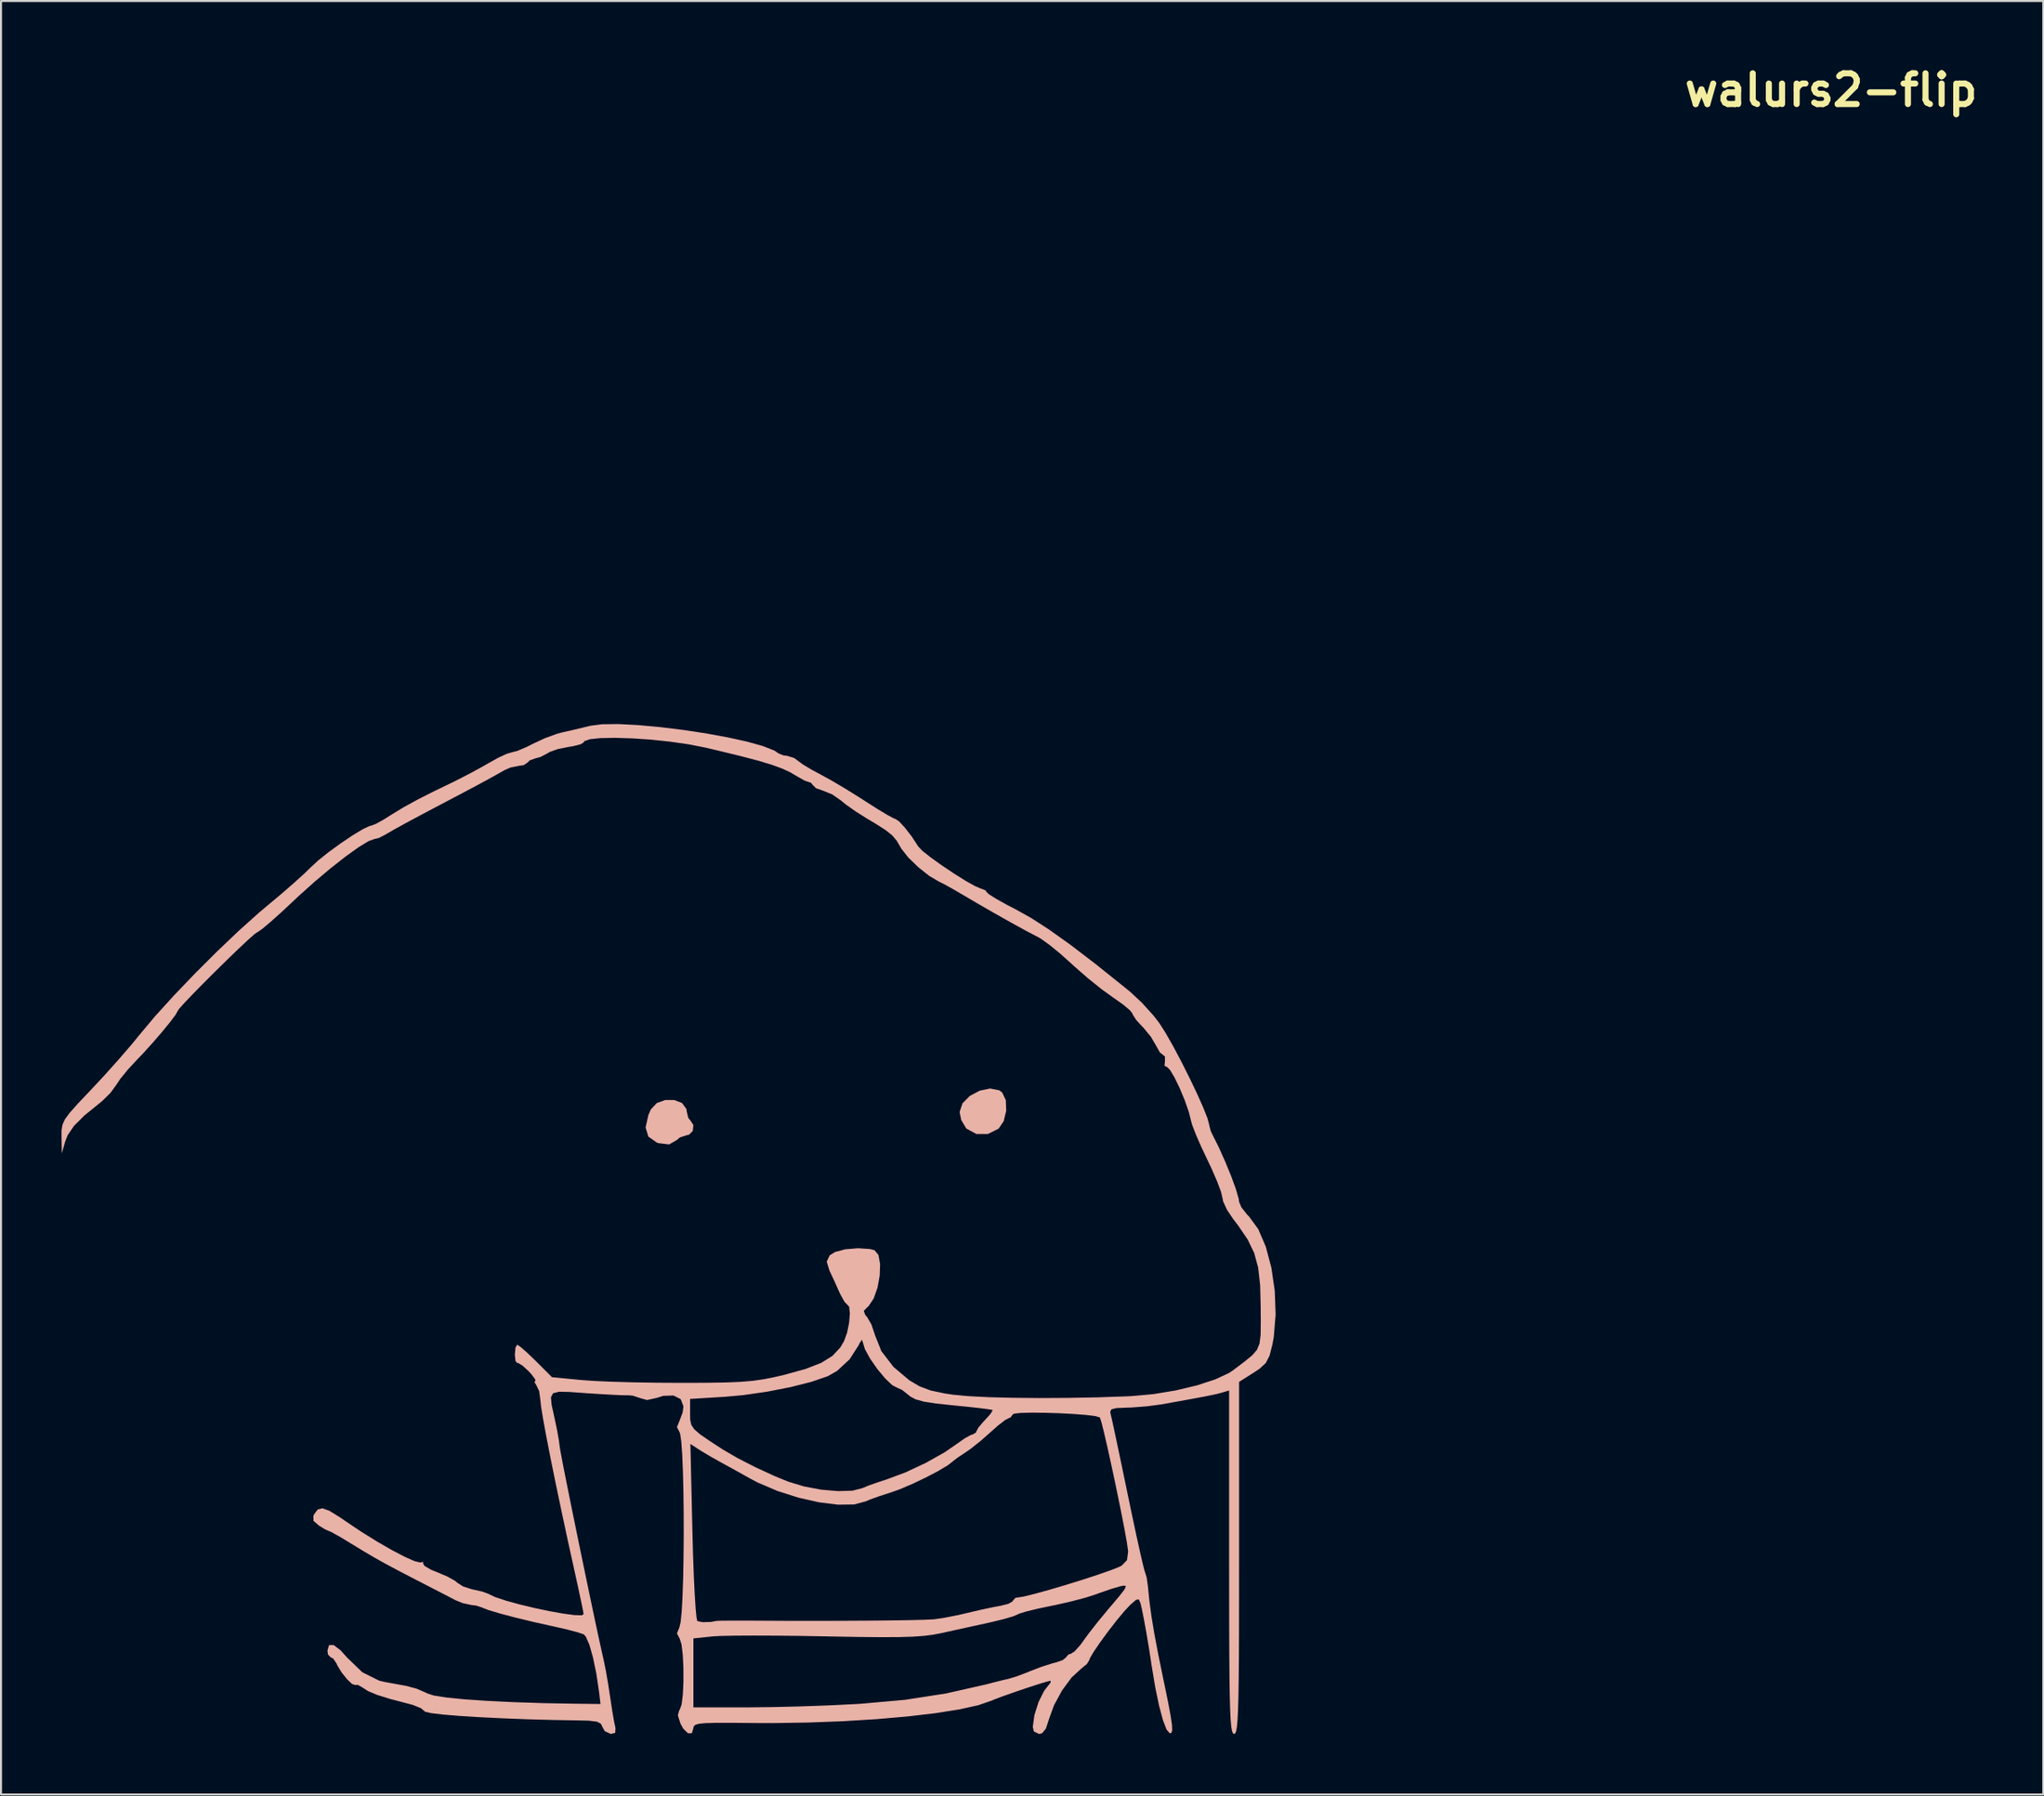
<source format=kicad_pcb>
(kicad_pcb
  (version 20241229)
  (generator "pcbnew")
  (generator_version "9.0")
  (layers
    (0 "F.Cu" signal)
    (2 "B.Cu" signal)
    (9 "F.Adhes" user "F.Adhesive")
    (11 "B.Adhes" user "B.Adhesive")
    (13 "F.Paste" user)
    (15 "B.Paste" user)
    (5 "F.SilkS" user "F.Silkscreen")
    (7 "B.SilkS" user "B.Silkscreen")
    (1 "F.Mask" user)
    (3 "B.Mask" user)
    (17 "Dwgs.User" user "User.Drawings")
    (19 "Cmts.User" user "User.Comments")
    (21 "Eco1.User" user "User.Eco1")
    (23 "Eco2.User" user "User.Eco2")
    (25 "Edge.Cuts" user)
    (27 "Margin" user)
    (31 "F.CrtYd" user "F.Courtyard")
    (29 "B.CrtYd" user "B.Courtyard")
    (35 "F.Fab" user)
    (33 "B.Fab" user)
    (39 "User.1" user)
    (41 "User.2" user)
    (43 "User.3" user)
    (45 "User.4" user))
  (footprint "walurs2-flip"
    (layer "F.Cu")
    (at 35.116 49.918)
    (property "Reference" "walurs2-flip" (at 52.6 -48.5 0) (layer "F.SilkS") (effects (font (size 1.524 1.524) (thickness 0.3))))
    (attr board_only exclude_from_pos_files exclude_from_bom)
    (fp_poly (pts (xy 11.366 1.08) (xy 11.512 1.188) (xy 11.691 1.567) (xy 11.712 2.087) (xy 11.589 2.605) (xy 11.339 2.978) (xy 10.803 3.246) (xy 10.234 3.247) (xy 9.743 2.981) (xy 9.731 2.969) (xy 9.483 2.556) (xy 9.401 2.158) (xy 9.544 1.726) (xy 9.908 1.358) (xy 10.397 1.099) (xy 10.915 0.991)) (stroke (width 0) (type solid)) (fill yes) (layer "B.SilkS"))
    (fp_poly (pts (xy -4.738 1.563) (xy -4.355 1.714) (xy -4.14 2.008) (xy -4.123 2.14) (xy -4.046 2.454) (xy -3.958 2.556) (xy -3.796 2.8) (xy -3.825 3.094) (xy -4.016 3.285) (xy -4.103 3.299) (xy -4.468 3.418) (xy -4.618 3.546) (xy -4.999 3.764) (xy -5.534 3.698) (xy -5.608 3.671) (xy -6.026 3.377) (xy -6.165 2.923) (xy -6.024 2.3) (xy -5.904 2.028) (xy -5.611 1.714) (xy -5.189 1.561)) (stroke (width 0) (type solid)) (fill yes) (layer "B.SilkS"))
    (fp_poly (pts (xy -6.548 -17.025) (xy -5.46 -16.926) (xy -4.316 -16.786) (xy -3.174 -16.613) (xy -2.092 -16.415) (xy -1.128 -16.202) (xy -0.338 -15.981) (xy 0.22 -15.761) (xy 0.44 -15.613) (xy 0.683 -15.518) (xy 0.84 -15.504) (xy 1.2 -15.393) (xy 1.362 -15.273) (xy 1.63 -15.075) (xy 2.084 -14.803) (xy 2.487 -14.587) (xy 3.041 -14.283) (xy 3.744 -13.868) (xy 4.475 -13.413) (xy 4.726 -13.251) (xy 5.316 -12.874) (xy 5.808 -12.577) (xy 6.134 -12.401) (xy 6.221 -12.37) (xy 6.407 -12.245) (xy 6.7 -11.926) (xy 7.031 -11.497) (xy 7.329 -11.043) (xy 7.353 -11.003) (xy 7.562 -10.786) (xy 7.975 -10.46) (xy 8.515 -10.073) (xy 9.108 -9.675) (xy 9.681 -9.316) (xy 10.159 -9.046) (xy 10.466 -8.912) (xy 10.507 -8.906) (xy 10.704 -8.82) (xy 10.721 -8.765) (xy 10.859 -8.636) (xy 11.23 -8.402) (xy 11.771 -8.102) (xy 12.162 -7.9) (xy 12.947 -7.463) (xy 13.853 -6.877) (xy 14.909 -6.123) (xy 16.142 -5.18) (xy 17.577 -4.03) (xy 17.877 -3.785) (xy 18.443 -3.256) (xy 19.014 -2.624) (xy 19.294 -2.263) (xy 19.604 -1.778) (xy 19.978 -1.122) (xy 20.383 -0.36) (xy 20.788 0.444) (xy 21.161 1.224) (xy 21.47 1.916) (xy 21.684 2.455) (xy 21.771 2.776) (xy 21.771 2.79) (xy 21.844 3.081) (xy 21.926 3.26) (xy 22.247 3.901) (xy 22.571 4.623) (xy 22.865 5.342) (xy 23.097 5.978) (xy 23.233 6.447) (xy 23.256 6.608) (xy 23.368 6.878) (xy 23.647 7.234) (xy 23.748 7.337) (xy 24.204 7.959) (xy 24.578 8.829) (xy 24.856 9.874) (xy 25.023 11.02) (xy 25.067 12.192) (xy 24.974 13.316) (xy 24.908 13.677) (xy 24.765 14.239) (xy 24.578 14.6) (xy 24.264 14.887) (xy 23.982 15.075) (xy 23.256 15.534) (xy 23.256 24.261) (xy 23.255 26.199) (xy 23.252 27.832) (xy 23.246 29.187) (xy 23.236 30.287) (xy 23.222 31.157) (xy 23.202 31.825) (xy 23.177 32.313) (xy 23.146 32.649) (xy 23.107 32.856) (xy 23.06 32.96) (xy 23.008 32.987) (xy 22.953 32.956) (xy 22.906 32.844) (xy 22.867 32.627) (xy 22.836 32.279) (xy 22.812 31.775) (xy 22.793 31.089) (xy 22.779 30.195) (xy 22.77 29.068) (xy 22.764 27.682) (xy 22.762 26.012) (xy 22.761 24.474) (xy 22.761 15.96) (xy 22.39 16.07) (xy 22.18 16.126) (xy 21.888 16.191) (xy 21.459 16.276) (xy 20.841 16.391) (xy 19.98 16.546) (xy 19.38 16.653) (xy 18.688 16.745) (xy 17.931 16.803) (xy 17.678 16.811) (xy 17.17 16.833) (xy 16.923 16.897) (xy 16.867 17.029) (xy 16.885 17.112) (xy 16.941 17.352) (xy 17.053 17.864) (xy 17.21 18.6) (xy 17.401 19.51) (xy 17.616 20.542) (xy 17.733 21.106) (xy 17.956 22.173) (xy 18.161 23.133) (xy 18.339 23.939) (xy 18.478 24.542) (xy 18.568 24.895) (xy 18.592 24.965) (xy 18.673 25.228) (xy 18.732 25.631) (xy 18.808 26.387) (xy 18.911 27.156) (xy 19.054 28.015) (xy 19.248 29.038) (xy 19.506 30.3) (xy 19.527 30.397) (xy 19.729 31.38) (xy 19.862 32.084) (xy 19.931 32.55) (xy 19.939 32.822) (xy 19.893 32.94) (xy 19.816 32.952) (xy 19.659 32.768) (xy 19.479 32.298) (xy 19.289 31.584) (xy 19.099 30.671) (xy 18.92 29.599) (xy 18.897 29.441) (xy 18.787 28.727) (xy 18.66 27.974) (xy 18.534 27.281) (xy 18.425 26.743) (xy 18.366 26.499) (xy 18.284 26.316) (xy 18.147 26.339) (xy 17.866 26.582) (xy 17.563 26.905) (xy 17.176 27.372) (xy 16.76 27.909) (xy 16.367 28.446) (xy 16.05 28.91) (xy 15.862 29.231) (xy 15.834 29.318) (xy 15.709 29.521) (xy 15.431 29.749) (xy 14.954 30.188) (xy 14.478 30.833) (xy 14.079 31.569) (xy 13.843 32.221) (xy 13.679 32.721) (xy 13.489 32.952) (xy 13.34 32.987) (xy 13.081 32.863) (xy 13.03 32.635) (xy 13.11 32.049) (xy 13.315 31.404) (xy 13.587 30.858) (xy 13.721 30.682) (xy 13.908 30.444) (xy 13.915 30.348) (xy 13.701 30.399) (xy 13.267 30.532) (xy 12.702 30.717) (xy 12.094 30.924) (xy 11.533 31.122) (xy 11.11 31.282) (xy 10.968 31.342) (xy 10.321 31.564) (xy 9.387 31.77) (xy 8.209 31.956) (xy 6.828 32.119) (xy 5.289 32.253) (xy 3.633 32.355) (xy 1.903 32.421) (xy 0.142 32.448) (xy -0.853 32.444) (xy -1.906 32.434) (xy -2.674 32.435) (xy -3.201 32.45) (xy -3.532 32.484) (xy -3.711 32.541) (xy -3.783 32.623) (xy -3.794 32.698) (xy -3.872 32.951) (xy -4.063 32.952) (xy -4.297 32.725) (xy -4.433 32.479) (xy -4.565 32.062) (xy -4.495 31.811) (xy -4.473 31.786) (xy -4.43 31.668) (xy -3.794 31.668) (xy -1.056 31.668) (xy 0.142 31.655) (xy 1.518 31.621) (xy 2.922 31.571) (xy 4.205 31.508) (xy 4.511 31.49) (xy 6.701 31.294) (xy 8.723 30.981) (xy 10.729 30.528) (xy 11.133 30.421) (xy 11.582 30.31) (xy 11.823 30.256) (xy 12.194 30.145) (xy 12.701 29.956) (xy 12.902 29.873) (xy 13.468 29.655) (xy 14.011 29.483) (xy 14.15 29.449) (xy 14.511 29.328) (xy 14.678 29.192) (xy 14.679 29.18) (xy 14.81 29.038) (xy 14.885 29.027) (xy 15.095 28.9) (xy 15.383 28.581) (xy 15.504 28.413) (xy 15.807 27.998) (xy 16.246 27.438) (xy 16.74 26.838) (xy 16.878 26.676) (xy 17.325 26.147) (xy 17.574 25.825) (xy 17.646 25.666) (xy 17.562 25.629) (xy 17.373 25.665) (xy 16.927 25.795) (xy 16.366 25.988) (xy 16.164 26.063) (xy 15.653 26.228) (xy 14.945 26.415) (xy 14.171 26.591) (xy 13.937 26.638) (xy 13.263 26.78) (xy 12.707 26.916) (xy 12.355 27.025) (xy 12.282 27.061) (xy 12.047 27.159) (xy 11.582 27.295) (xy 10.981 27.441) (xy 10.881 27.464) (xy 10.06 27.644) (xy 9.162 27.841) (xy 8.494 27.989) (xy 8.086 28.067) (xy 7.63 28.125) (xy 7.08 28.164) (xy 6.391 28.185) (xy 5.518 28.189) (xy 4.415 28.179) (xy 3.037 28.155) (xy 2.721 28.148) (xy 1.465 28.126) (xy 0.268 28.113) (xy -0.815 28.109) (xy -1.731 28.114) (xy -2.425 28.128) (xy -2.843 28.15) (xy -2.845 28.151) (xy -3.794 28.25) (xy -3.794 31.668) (xy -4.43 31.668) (xy -4.379 31.528) (xy -4.318 31.033) (xy -4.288 30.395) (xy -4.29 29.705) (xy -4.322 29.055) (xy -4.385 28.539) (xy -4.478 28.248) (xy -4.49 28.233) (xy -4.61 28.003) (xy -4.49 27.707) (xy -4.427 27.444) (xy -4.374 26.91) (xy -4.333 26.156) (xy -4.302 25.236) (xy -4.283 24.2) (xy -4.274 23.101) (xy -4.277 21.991) (xy -4.29 20.922) (xy -4.315 19.946) (xy -4.35 19.115) (xy -4.387 18.61) (xy -3.943 18.61) (xy -3.843 22.953) (xy -3.812 24.118) (xy -3.773 25.171) (xy -3.729 26.07) (xy -3.684 26.769) (xy -3.639 27.225) (xy -3.598 27.392) (xy -3.336 27.446) (xy -2.936 27.436) (xy -2.639 27.382) (xy -2.451 27.374) (xy -2.002 27.369) (xy -1.361 27.368) (xy -0.66 27.371) (xy 0.734 27.379) (xy 2.133 27.381) (xy 3.493 27.378) (xy 4.766 27.371) (xy 5.907 27.36) (xy 6.87 27.346) (xy 7.607 27.328) (xy 8.074 27.307) (xy 8.147 27.301) (xy 8.669 27.224) (xy 9.334 27.093) (xy 9.797 26.985) (xy 10.453 26.831) (xy 11.083 26.698) (xy 11.422 26.636) (xy 11.819 26.537) (xy 12.03 26.413) (xy 12.04 26.382) (xy 12.173 26.239) (xy 12.269 26.225) (xy 12.581 26.175) (xy 13.131 26.039) (xy 13.846 25.842) (xy 14.652 25.604) (xy 15.476 25.348) (xy 16.243 25.098) (xy 16.881 24.875) (xy 17.316 24.703) (xy 17.435 24.642) (xy 17.7 24.369) (xy 17.754 23.954) (xy 17.748 23.875) (xy 17.694 23.499) (xy 17.587 22.901) (xy 17.44 22.14) (xy 17.266 21.277) (xy 17.077 20.371) (xy 16.886 19.483) (xy 16.706 18.672) (xy 16.549 17.999) (xy 16.429 17.522) (xy 16.357 17.303) (xy 16.353 17.297) (xy 16.14 17.233) (xy 15.688 17.175) (xy 15.071 17.126) (xy 14.364 17.089) (xy 13.64 17.066) (xy 12.973 17.059) (xy 12.439 17.073) (xy 12.109 17.108) (xy 12.04 17.145) (xy 11.914 17.311) (xy 11.866 17.318) (xy 11.661 17.424) (xy 11.306 17.698) (xy 10.944 18.019) (xy 10.444 18.46) (xy 9.948 18.854) (xy 9.675 19.044) (xy 9.312 19.282) (xy 9.088 19.452) (xy 9.071 19.47) (xy 8.813 19.672) (xy 8.335 19.956) (xy 7.723 20.276) (xy 7.063 20.591) (xy 6.44 20.856) (xy 6.02 21.006) (xy 5.448 21.191) (xy 4.973 21.361) (xy 4.744 21.458) (xy 4.171 21.61) (xy 3.377 21.621) (xy 2.433 21.504) (xy 1.407 21.272) (xy 0.371 20.941) (xy -0.605 20.524) (xy -0.99 20.321) (xy -1.6 19.98) (xy -2.238 19.628) (xy -2.426 19.526) (xy -2.944 19.235) (xy -3.41 18.957) (xy -3.531 18.88) (xy -3.943 18.61) (xy -4.387 18.61) (xy -4.396 18.48) (xy -4.454 18.094) (xy -4.49 18.007) (xy -4.61 17.777) (xy -4.49 17.481) (xy -4.343 17.094) (xy -3.958 17.094) (xy -3.952 17.414) (xy -3.9 17.658) (xy -3.757 17.878) (xy -3.477 18.123) (xy -3.012 18.446) (xy -2.327 18.891) (xy -1.61 19.309) (xy -0.714 19.768) (xy 0.231 20.203) (xy 0.907 20.48) (xy 1.693 20.719) (xy 2.549 20.878) (xy 3.379 20.95) (xy 4.089 20.927) (xy 4.579 20.802) (xy 4.892 20.673) (xy 5.391 20.497) (xy 5.773 20.373) (xy 6.733 20.015) (xy 7.742 19.541) (xy 8.668 19.019) (xy 9.26 18.612) (xy 9.658 18.33) (xy 9.965 18.163) (xy 10.044 18.143) (xy 10.218 18.043) (xy 10.226 18) (xy 10.333 17.801) (xy 10.596 17.489) (xy 10.663 17.421) (xy 10.929 17.127) (xy 11.039 16.946) (xy 11.034 16.929) (xy 10.854 16.893) (xy 10.412 16.836) (xy 9.779 16.766) (xy 9.098 16.699) (xy 8.232 16.607) (xy 7.63 16.513) (xy 7.227 16.402) (xy 6.957 16.259) (xy 6.86 16.178) (xy 6.55 15.933) (xy 6.33 15.834) (xy 6.067 15.702) (xy 5.71 15.362) (xy 5.323 14.896) (xy 4.968 14.385) (xy 4.707 13.912) (xy 4.605 13.572) (xy 4.56 13.444) (xy 4.442 13.618) (xy 4.394 13.723) (xy 3.951 14.412) (xy 3.333 14.987) (xy 2.868 15.253) (xy 2.056 15.531) (xy 1.018 15.794) (xy -0.141 16.02) (xy -1.318 16.19) (xy -2.219 16.272) (xy -3.958 16.379) (xy -3.958 17.094) (xy -4.343 17.094) (xy -4.328 17.054) (xy -4.288 16.746) (xy -4.423 16.391) (xy -4.78 16.21) (xy -5.286 16.225) (xy -5.596 16.324) (xy -6.092 16.434) (xy -6.391 16.351) (xy -6.801 16.217) (xy -7.025 16.199) (xy -7.314 16.196) (xy -7.849 16.171) (xy -8.544 16.131) (xy -9.113 16.093) (xy -9.925 16.034) (xy -10.454 16.022) (xy -10.749 16.098) (xy -10.856 16.3) (xy -10.823 16.669) (xy -10.696 17.245) (xy -10.661 17.401) (xy -10.54 17.987) (xy -10.454 18.481) (xy -10.426 18.72) (xy -10.39 18.946) (xy -10.296 19.447) (xy -10.153 20.175) (xy -9.971 21.083) (xy -9.76 22.123) (xy -9.53 23.246) (xy -9.29 24.407) (xy -9.051 25.556) (xy -8.823 26.646) (xy -8.614 27.63) (xy -8.435 28.459) (xy -8.296 29.087) (xy -8.247 29.301) (xy -8.14 29.821) (xy -8.019 30.514) (xy -7.915 31.198) (xy -7.819 31.832) (xy -7.728 32.364) (xy -7.659 32.685) (xy -7.655 32.698) (xy -7.671 32.933) (xy -7.887 32.987) (xy -8.191 32.846) (xy -8.295 32.657) (xy -8.381 32.48) (xy -8.577 32.378) (xy -8.957 32.33) (xy -9.51 32.315) (xy -10.804 32.293) (xy -12.084 32.257) (xy -13.307 32.209) (xy -14.431 32.153) (xy -15.413 32.091) (xy -16.21 32.025) (xy -16.78 31.957) (xy -17.08 31.891) (xy -17.115 31.865) (xy -17.302 31.71) (xy -17.694 31.551) (xy -17.867 31.503) (xy -18.814 31.255) (xy -19.485 31.046) (xy -19.931 30.857) (xy -20.164 30.705) (xy -20.427 30.552) (xy -20.554 30.56) (xy -20.708 30.514) (xy -20.959 30.278) (xy -21.23 29.941) (xy -21.444 29.59) (xy -21.491 29.482) (xy -21.658 29.239) (xy -21.766 29.194) (xy -21.904 29.055) (xy -21.936 28.864) (xy -21.855 28.584) (xy -21.629 28.579) (xy -21.282 28.841) (xy -20.967 29.193) (xy -20.207 29.928) (xy -19.367 30.346) (xy -19.113 30.406) (xy -18.689 30.484) (xy -18.153 30.581) (xy -18.06 30.597) (xy -17.517 30.742) (xy -17.044 30.945) (xy -16.988 30.978) (xy -16.663 31.082) (xy -16.042 31.179) (xy -15.158 31.268) (xy -14.045 31.345) (xy -12.738 31.409) (xy -11.27 31.458) (xy -9.674 31.488) (xy -9.519 31.49) (xy -8.399 31.503) (xy -8.475 30.874) (xy -8.607 29.986) (xy -8.772 29.195) (xy -8.951 28.565) (xy -9.129 28.159) (xy -9.231 28.049) (xy -9.505 27.955) (xy -10.006 27.822) (xy -10.638 27.675) (xy -10.803 27.639) (xy -11.746 27.429) (xy -12.625 27.216) (xy -13.378 27.017) (xy -13.942 26.849) (xy -14.252 26.729) (xy -14.267 26.72) (xy -14.555 26.625) (xy -14.8 26.594) (xy -15.23 26.502) (xy -15.582 26.359) (xy -15.902 26.192) (xy -16.431 25.919) (xy -17.084 25.582) (xy -17.523 25.356) (xy -18.375 24.914) (xy -19.034 24.563) (xy -19.602 24.246) (xy -20.181 23.904) (xy -20.874 23.482) (xy -20.906 23.462) (xy -21.375 23.181) (xy -21.724 22.987) (xy -21.863 22.926) (xy -22.048 22.845) (xy -22.351 22.662) (xy -22.624 22.425) (xy -22.634 22.185) (xy -22.587 22.084) (xy -22.414 21.859) (xy -22.185 21.801) (xy -21.841 21.924) (xy -21.325 22.241) (xy -21.051 22.43) (xy -20.278 22.949) (xy -19.494 23.437) (xy -18.754 23.865) (xy -18.11 24.202) (xy -17.618 24.42) (xy -17.331 24.489) (xy -17.297 24.48) (xy -17.177 24.455) (xy -17.202 24.52) (xy -17.119 24.66) (xy -16.799 24.846) (xy -16.494 24.971) (xy -15.993 25.182) (xy -15.611 25.395) (xy -15.497 25.491) (xy -15.214 25.673) (xy -14.772 25.816) (xy -14.704 25.829) (xy -14.262 25.93) (xy -13.962 26.037) (xy -13.937 26.052) (xy -13.613 26.205) (xy -13.084 26.38) (xy -12.415 26.564) (xy -11.676 26.742) (xy -10.931 26.899) (xy -10.248 27.021) (xy -9.695 27.095) (xy -9.337 27.105) (xy -9.236 27.056) (xy -9.27 26.856) (xy -9.363 26.402) (xy -9.499 25.764) (xy -9.655 25.054) (xy -10.005 23.466) (xy -10.33 21.951) (xy -10.625 20.546) (xy -10.881 19.286) (xy -11.092 18.207) (xy -11.25 17.344) (xy -11.349 16.734) (xy -11.381 16.421) (xy -11.44 15.991) (xy -11.578 15.702) (xy -11.678 15.536) (xy -11.63 15.504) (xy -11.639 15.401) (xy -11.835 15.143) (xy -11.952 15.015) (xy -12.268 14.726) (xy -12.493 14.593) (xy -12.533 14.595) (xy -12.611 14.504) (xy -12.645 14.189) (xy -12.645 14.177) (xy -12.612 13.833) (xy -12.531 13.69) (xy -12.366 13.798) (xy -12.041 14.082) (xy -11.624 14.482) (xy -11.61 14.496) (xy -10.803 15.303) (xy -9.319 15.445) (xy -8.684 15.489) (xy -7.799 15.527) (xy -6.744 15.557) (xy -5.599 15.576) (xy -4.444 15.583) (xy -4.371 15.583) (xy -3.163 15.579) (xy -2.219 15.564) (xy -1.473 15.533) (xy -0.86 15.482) (xy -0.314 15.405) (xy 0.23 15.297) (xy 0.722 15.182) (xy 1.77 14.892) (xy 2.545 14.59) (xy 3.099 14.245) (xy 3.489 13.826) (xy 3.67 13.521) (xy 3.824 13.097) (xy 3.925 12.603) (xy 3.962 12.14) (xy 3.926 11.81) (xy 3.835 11.708) (xy 3.701 11.57) (xy 3.504 11.222) (xy 3.404 11.008) (xy 3.185 10.517) (xy 2.998 10.118) (xy 2.951 10.022) (xy 2.814 9.573) (xy 2.963 9.259) (xy 3.224 9.098) (xy 3.728 8.962) (xy 4.361 8.909) (xy 4.948 8.947) (xy 5.182 9.007) (xy 5.378 9.242) (xy 5.46 9.691) (xy 5.441 10.262) (xy 5.332 10.862) (xy 5.143 11.4) (xy 4.887 11.783) (xy 4.83 11.831) (xy 4.652 12.015) (xy 4.72 12.208) (xy 4.819 12.326) (xy 5.031 12.689) (xy 5.192 13.169) (xy 5.198 13.195) (xy 5.523 14.009) (xy 6.125 14.794) (xy 6.912 15.457) (xy 7.415 15.754) (xy 7.961 15.959) (xy 8.667 16.109) (xy 9.071 16.169) (xy 9.802 16.239) (xy 10.8 16.291) (xy 12.005 16.323) (xy 13.356 16.336) (xy 14.792 16.328) (xy 16.251 16.3) (xy 17.672 16.251) (xy 17.935 16.239) (xy 19.02 16.14) (xy 20.125 15.956) (xy 21.17 15.706) (xy 22.074 15.411) (xy 22.76 15.091) (xy 22.952 14.962) (xy 23.515 14.536) (xy 23.9 14.223) (xy 24.141 13.946) (xy 24.27 13.631) (xy 24.322 13.202) (xy 24.33 12.583) (xy 24.326 11.848) (xy 24.299 10.742) (xy 24.201 9.872) (xy 24.005 9.148) (xy 23.683 8.48) (xy 23.205 7.777) (xy 22.974 7.477) (xy 22.662 7.015) (xy 22.466 6.594) (xy 22.431 6.42) (xy 22.361 6.118) (xy 22.171 5.607) (xy 21.895 4.97) (xy 21.696 4.551) (xy 21.374 3.869) (xy 21.107 3.257) (xy 20.932 2.801) (xy 20.886 2.639) (xy 20.758 2.138) (xy 20.554 1.555) (xy 20.308 0.967) (xy 20.056 0.447) (xy 19.83 0.069) (xy 19.666 -0.092) (xy 19.635 -0.087) (xy 19.557 -0.144) (xy 19.579 -0.33) (xy 19.583 -0.592) (xy 19.502 -0.66) (xy 19.33 -0.796) (xy 19.145 -1.125) (xy 19.14 -1.135) (xy 18.885 -1.571) (xy 18.518 -2.017) (xy 18.461 -2.073) (xy 18.155 -2.406) (xy 17.988 -2.665) (xy 17.977 -2.711) (xy 17.848 -2.883) (xy 17.511 -3.167) (xy 17.036 -3.503) (xy 17.022 -3.512) (xy 16.44 -3.931) (xy 15.755 -4.481) (xy 15.094 -5.058) (xy 14.954 -5.187) (xy 14.394 -5.69) (xy 13.856 -6.129) (xy 13.429 -6.435) (xy 13.312 -6.502) (xy 12.73 -6.808) (xy 11.96 -7.23) (xy 11.097 -7.717) (xy 10.234 -8.214) (xy 9.621 -8.575) (xy 9.085 -8.888) (xy 8.628 -9.142) (xy 8.365 -9.273) (xy 7.894 -9.549) (xy 7.352 -9.981) (xy 6.852 -10.467) (xy 6.507 -10.907) (xy 6.473 -10.968) (xy 6.282 -11.296) (xy 6.056 -11.562) (xy 5.721 -11.828) (xy 5.207 -12.155) (xy 4.812 -12.389) (xy 4.26 -12.736) (xy 3.764 -13.087) (xy 3.521 -13.286) (xy 3.079 -13.592) (xy 2.626 -13.775) (xy 2.285 -13.894) (xy 2.144 -14.033) (xy 2.017 -14.179) (xy 1.973 -14.184) (xy 1.726 -14.268) (xy 1.367 -14.47) (xy 1.362 -14.473) (xy 1.01 -14.681) (xy 0.597 -14.873) (xy 0.075 -15.062) (xy -0.603 -15.265) (xy -1.487 -15.497) (xy -2.625 -15.773) (xy -3.216 -15.911) (xy -4.035 -16.072) (xy -4.946 -16.203) (xy -5.893 -16.302) (xy -6.82 -16.366) (xy -7.67 -16.393) (xy -8.388 -16.38) (xy -8.918 -16.325) (xy -9.203 -16.226) (xy -9.236 -16.164) (xy -9.384 -16.073) (xy -9.757 -15.979) (xy -10.003 -15.938) (xy -10.517 -15.834) (xy -10.913 -15.694) (xy -11.009 -15.635) (xy -11.371 -15.444) (xy -11.603 -15.383) (xy -11.91 -15.275) (xy -12.013 -15.169) (xy -12.201 -15.04) (xy -12.425 -15.007) (xy -12.857 -14.922) (xy -13.14 -14.8) (xy -13.581 -14.552) (xy -14.032 -14.302) (xy -14.558 -14.018) (xy -15.22 -13.666) (xy -16.082 -13.212) (xy -16.576 -12.952) (xy -17.364 -12.535) (xy -18.069 -12.156) (xy -18.629 -11.848) (xy -18.98 -11.645) (xy -19.045 -11.604) (xy -19.391 -11.426) (xy -19.593 -11.381) (xy -19.895 -11.272) (xy -20.39 -10.971) (xy -21.031 -10.512) (xy -21.772 -9.931) (xy -22.567 -9.262) (xy -23.371 -8.541) (xy -23.631 -8.296) (xy -24.235 -7.732) (xy -24.761 -7.262) (xy -25.16 -6.927) (xy -25.384 -6.769) (xy -25.406 -6.762) (xy -25.561 -6.652) (xy -25.897 -6.352) (xy -26.367 -5.911) (xy -26.922 -5.375) (xy -27.514 -4.793) (xy -28.096 -4.212) (xy -28.618 -3.68) (xy -29.034 -3.243) (xy -29.294 -2.95) (xy -29.358 -2.853) (xy -29.462 -2.665) (xy -29.736 -2.299) (xy -30.129 -1.819) (xy -30.586 -1.288) (xy -31.054 -0.77) (xy -31.378 -0.432) (xy -31.826 0.051) (xy -32.202 0.512) (xy -32.407 0.819) (xy -32.689 1.206) (xy -33.102 1.614) (xy -33.219 1.709) (xy -33.983 2.329) (xy -34.5 2.846) (xy -34.815 3.311) (xy -34.938 3.629) (xy -35.101 4.206) (xy -35.116 3.402) (xy -35.115 3.065) (xy -35.071 2.791) (xy -34.95 2.521) (xy -34.713 2.198) (xy -34.326 1.762) (xy -33.75 1.154) (xy -33.659 1.058) (xy -32.983 0.333) (xy -32.283 -0.449) (xy -31.649 -1.183) (xy -31.239 -1.684) (xy -30.496 -2.571) (xy -29.565 -3.598) (xy -28.516 -4.695) (xy -27.416 -5.793) (xy -26.334 -6.824) (xy -25.338 -7.717) (xy -24.905 -8.082) (xy -24.231 -8.645) (xy -23.594 -9.199) (xy -23.069 -9.675) (xy -22.761 -9.975) (xy -22.385 -10.321) (xy -21.868 -10.733) (xy -21.282 -11.159) (xy -20.701 -11.55) (xy -20.198 -11.855) (xy -19.847 -12.023) (xy -19.763 -12.04) (xy -19.537 -12.126) (xy -19.134 -12.349) (xy -18.718 -12.612) (xy -18.167 -12.946) (xy -17.441 -13.344) (xy -16.667 -13.736) (xy -16.392 -13.868) (xy -15.622 -14.241) (xy -14.84 -14.643) (xy -14.18 -15.004) (xy -13.998 -15.11) (xy -13.48 -15.399) (xy -13.047 -15.601) (xy -12.811 -15.669) (xy -12.526 -15.743) (xy -12.076 -15.933) (xy -11.76 -16.092) (xy -11.162 -16.371) (xy -10.551 -16.594) (xy -10.308 -16.659) (xy -9.707 -16.796) (xy -9.047 -16.954) (xy -8.906 -16.99) (xy -8.329 -17.065) (xy -7.524 -17.075)) (stroke (width 0) (type solid)) (fill yes) (layer "B.SilkS")))
  (gr_rect
    (start -3 -3)
    (end 98.235 85.905)
    (stroke (width 0.1) (type default))
    (fill no)
    (layer "Edge.Cuts")))
</source>
